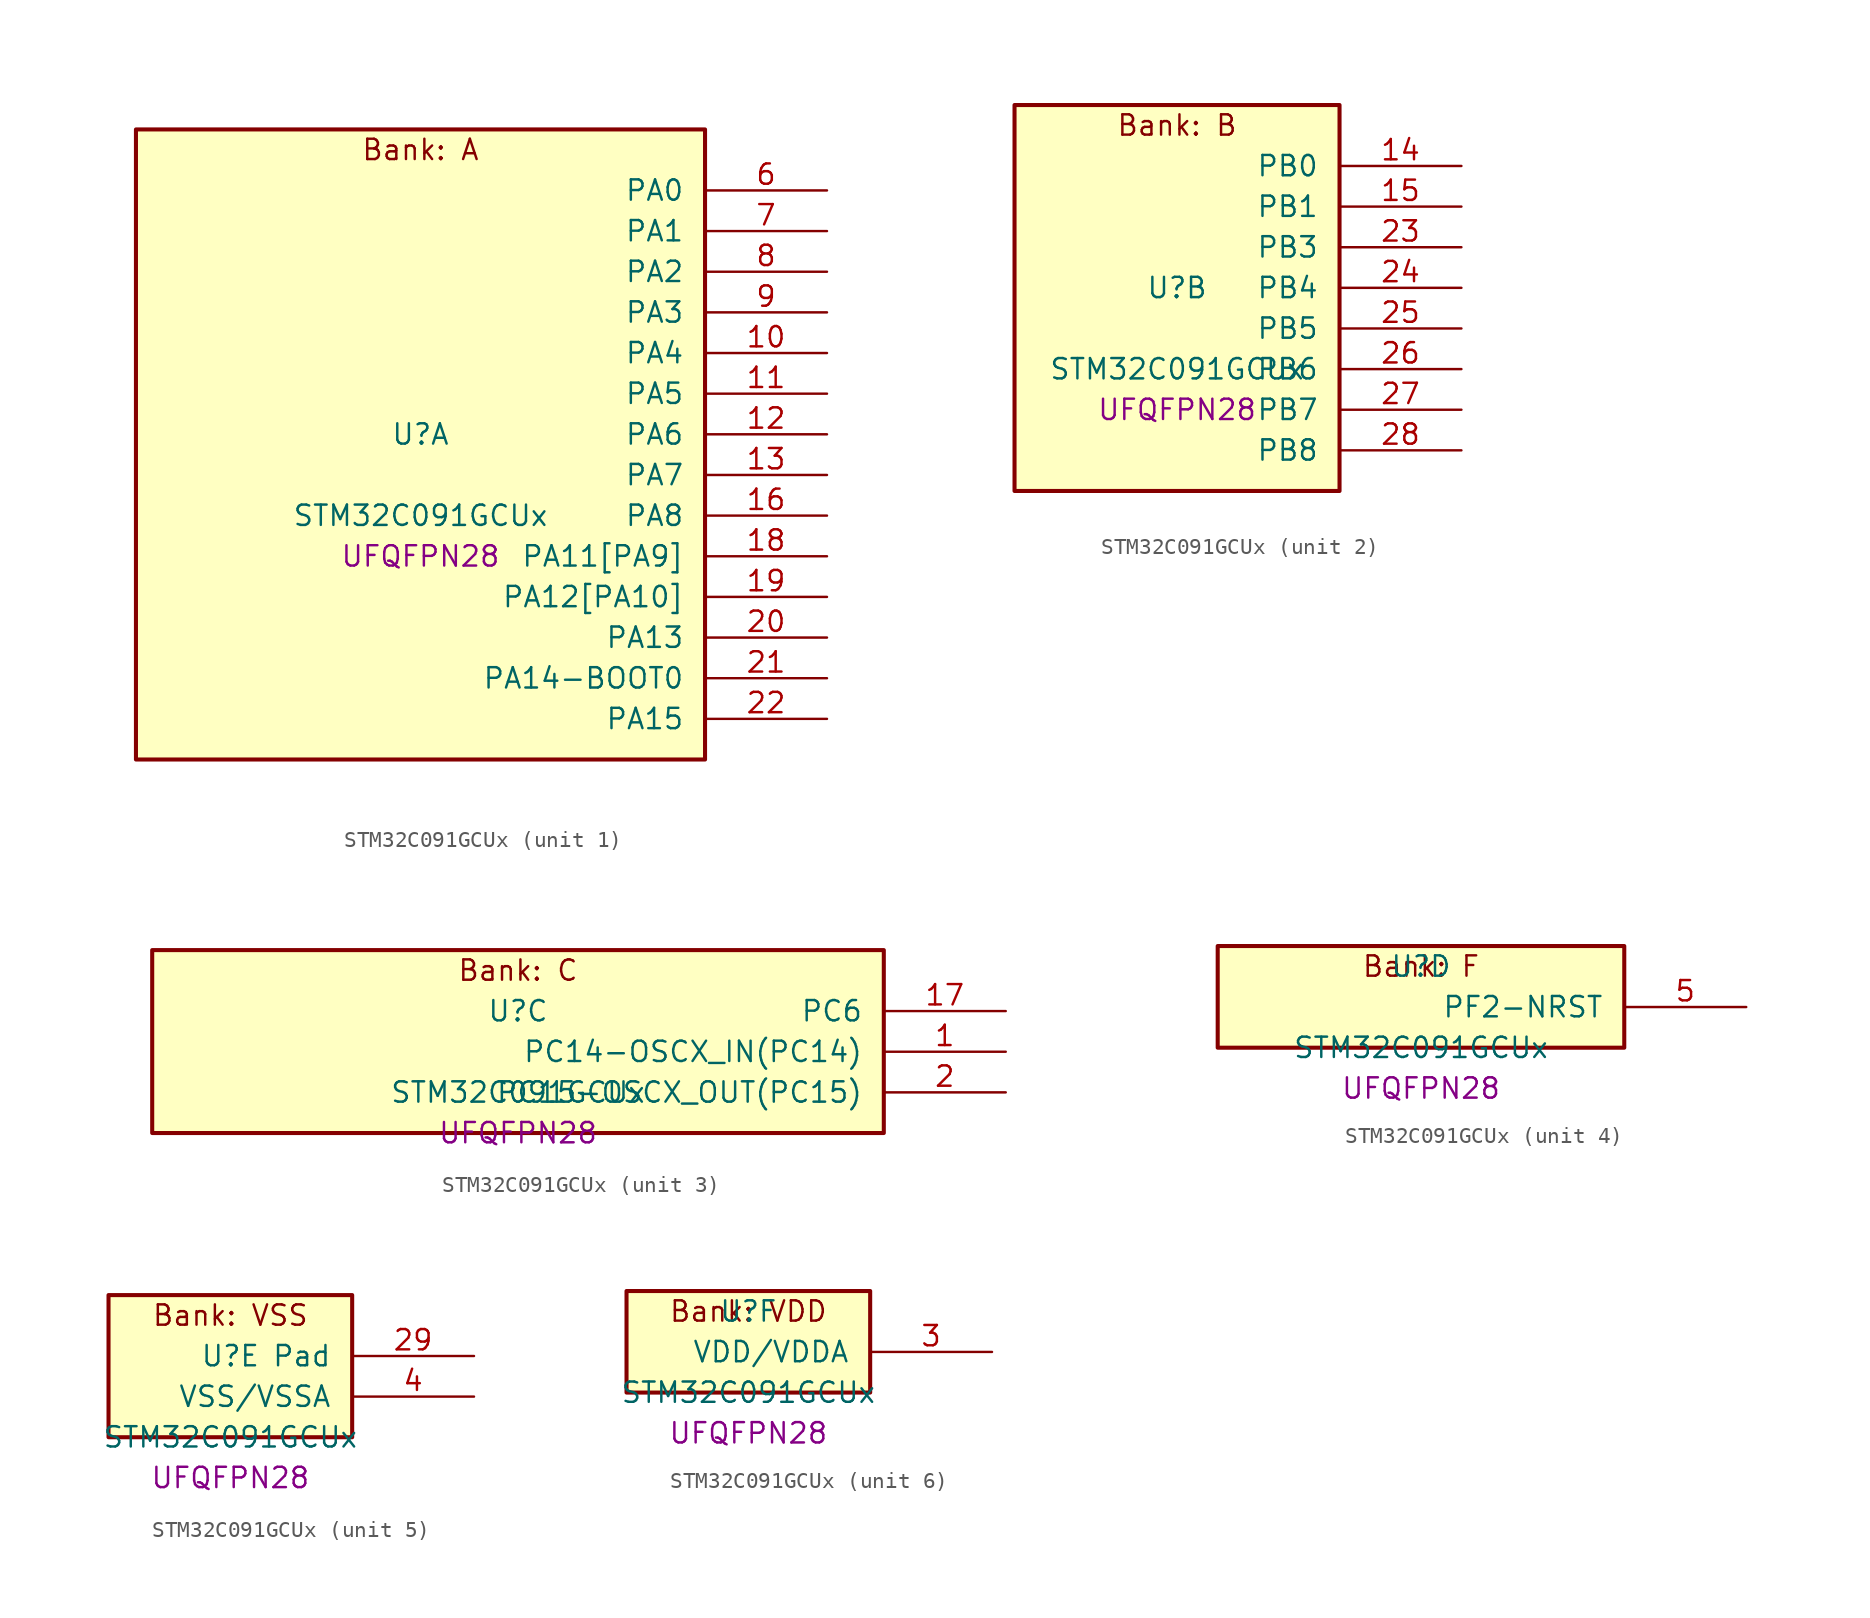
<source format=kicad_sym>
(kicad_symbol_lib
  (version 20241209)
  (generator "stm32_pkl_generator")
  (generator_version "1.0")
  (symbol "STM32C091GCUx"
    (pin_names
      (offset 1.27))
    (property "Reference" "U"
      (at 0 2.54 0))
    (property "Value" "STM32C091GCUx"
      (at 0 -2.54 0))
    (property "Footprint" "UFQFPN28"
      (at 0 -5.08 0))
    (symbol "STM32C091GCUx_1_1"
      (rectangle (start -17.78 21.59) (end 17.78 -17.78) (stroke (width 0.254) (type solid)) (fill (type background)))
      (text "Bank: A" (at 0 20.32 0))
      (pin bidirectional line (at 25.4 17.78 180) (length 7.62) (name "PA0") (number "6") (alternate "PA0/ADC1_IN0" bidirectional line) (alternate "PA0/PWR_WKUP1" bidirectional line) (alternate "PA0/SPI2_SCK" bidirectional line) (alternate "PA0/TIM16_CH1" bidirectional line) (alternate "PA0/TIM1_CH1" bidirectional line) (alternate "PA0/TIM2_CH1" bidirectional line) (alternate "PA0/TIM2_ETR" bidirectional line) (alternate "PA0/USART1_TX" bidirectional line) (alternate "PA0/USART2_CTS" bidirectional line) (alternate "PA0/USART2_NSS" bidirectional line) (alternate "PA0/USART4_TX" bidirectional line))
      (pin bidirectional line (at 25.4 15.24 180) (length 7.62) (name "PA1") (number "7") (alternate "PA1/ADC1_IN1" bidirectional line) (alternate "PA1/I2C1_SMBA" bidirectional line) (alternate "PA1/I2S1_CK" bidirectional line) (alternate "PA1/SPI1_SCK" bidirectional line) (alternate "PA1/TIM15_CH1N" bidirectional line) (alternate "PA1/TIM17_CH1" bidirectional line) (alternate "PA1/TIM1_CH2" bidirectional line) (alternate "PA1/TIM2_CH2" bidirectional line) (alternate "PA1/USART1_RX" bidirectional line) (alternate "PA1/USART2_CK" bidirectional line) (alternate "PA1/USART2_DE" bidirectional line) (alternate "PA1/USART2_RTS" bidirectional line) (alternate "PA1/USART4_RX" bidirectional line))
      (pin bidirectional line (at 25.4 12.7 180) (length 7.62) (name "PA2") (number "8") (alternate "PA2/ADC1_IN2" bidirectional line) (alternate "PA2/I2S1_SD" bidirectional line) (alternate "PA2/PWR_WKUP4" bidirectional line) (alternate "PA2/RCC_LSCO" bidirectional line) (alternate "PA2/SPI1_MOSI" bidirectional line) (alternate "PA2/TIM15_CH1" bidirectional line) (alternate "PA2/TIM16_CH1N" bidirectional line) (alternate "PA2/TIM1_CH3" bidirectional line) (alternate "PA2/TIM2_CH3" bidirectional line) (alternate "PA2/TIM3_ETR" bidirectional line) (alternate "PA2/USART2_TX" bidirectional line))
      (pin bidirectional line (at 25.4 10.16 180) (length 7.62) (name "PA3") (number "9") (alternate "PA3/ADC1_IN3" bidirectional line) (alternate "PA3/SPI2_MISO" bidirectional line) (alternate "PA3/TIM15_CH2" bidirectional line) (alternate "PA3/TIM1_CH1N" bidirectional line) (alternate "PA3/TIM1_CH4" bidirectional line) (alternate "PA3/TIM2_CH4" bidirectional line) (alternate "PA3/USART2_RX" bidirectional line))
      (pin bidirectional line (at 25.4 7.62 180) (length 7.62) (name "PA4") (number "10") (alternate "PA4/ADC1_IN4" bidirectional line) (alternate "PA4/I2S1_WS" bidirectional line) (alternate "PA4/PWR_WKUP2" bidirectional line) (alternate "PA4/RTC_OUT1" bidirectional line) (alternate "PA4/RTC_TS" bidirectional line) (alternate "PA4/SPI1_NSS" bidirectional line) (alternate "PA4/SPI2_MOSI" bidirectional line) (alternate "PA4/TIM14_CH1" bidirectional line) (alternate "PA4/TIM17_CH1N" bidirectional line) (alternate "PA4/TIM1_CH2N" bidirectional line) (alternate "PA4/USART2_TX" bidirectional line))
      (pin bidirectional line (at 25.4 5.08 180) (length 7.62) (name "PA5") (number "11") (alternate "PA5/ADC1_IN5" bidirectional line) (alternate "PA5/I2S1_CK" bidirectional line) (alternate "PA5/SPI1_SCK" bidirectional line) (alternate "PA5/TIM1_CH1" bidirectional line) (alternate "PA5/TIM1_CH3N" bidirectional line) (alternate "PA5/TIM2_CH1" bidirectional line) (alternate "PA5/TIM2_ETR" bidirectional line) (alternate "PA5/USART2_RX" bidirectional line) (alternate "PA5/USART3_TX" bidirectional line))
      (pin bidirectional line (at 25.4 2.54 180) (length 7.62) (name "PA6") (number "12") (alternate "PA6/ADC1_IN6" bidirectional line) (alternate "PA6/I2C2_SDA" bidirectional line) (alternate "PA6/I2S1_MCK" bidirectional line) (alternate "PA6/SPI1_MISO" bidirectional line) (alternate "PA6/TIM16_CH1" bidirectional line) (alternate "PA6/TIM1_BKIN" bidirectional line) (alternate "PA6/TIM3_CH1" bidirectional line) (alternate "PA6/USART3_CTS" bidirectional line) (alternate "PA6/USART3_NSS" bidirectional line))
      (pin bidirectional line (at 25.4 0 180) (length 7.62) (name "PA7") (number "13") (alternate "PA7/ADC1_IN7" bidirectional line) (alternate "PA7/I2C2_SCL" bidirectional line) (alternate "PA7/I2S1_SD" bidirectional line) (alternate "PA7/SPI1_MOSI" bidirectional line) (alternate "PA7/TIM14_CH1" bidirectional line) (alternate "PA7/TIM17_CH1" bidirectional line) (alternate "PA7/TIM1_CH1N" bidirectional line) (alternate "PA7/TIM3_CH2" bidirectional line))
      (pin bidirectional line (at 25.4 -2.54 180) (length 7.62) (name "PA8") (number "16") (alternate "PA8/ADC1_IN8" bidirectional line) (alternate "PA8/I2S1_WS" bidirectional line) (alternate "PA8/RCC_MCO" bidirectional line) (alternate "PA8/RCC_MCO_2" bidirectional line) (alternate "PA8/SPI1_NSS" bidirectional line) (alternate "PA8/SPI2_MISO" bidirectional line) (alternate "PA8/SPI2_NSS" bidirectional line) (alternate "PA8/TIM14_CH1" bidirectional line) (alternate "PA8/TIM1_CH1" bidirectional line) (alternate "PA8/TIM1_CH2N" bidirectional line) (alternate "PA8/TIM1_CH3N" bidirectional line) (alternate "PA8/TIM3_CH3" bidirectional line) (alternate "PA8/TIM3_CH4" bidirectional line) (alternate "PA8/USART1_RX" bidirectional line) (alternate "PA8/USART2_TX" bidirectional line))
      (pin bidirectional line (at 25.4 -5.08 180) (length 7.62) (name "PA11[PA9]") (number "18") (alternate "PA11[PA9]/ADC1_EXTI11" bidirectional line) (alternate "PA11[PA9]/I2C2_SCL" bidirectional line) (alternate "PA11[PA9]/I2S1_MCK" bidirectional line) (alternate "PA11[PA9]/SPI1_MISO" bidirectional line) (alternate "PA11[PA9]/TIM1_BKIN2" bidirectional line) (alternate "PA11[PA9]/TIM1_CH4" bidirectional line) (alternate "PA11[PA9]/USART1_CTS" bidirectional line) (alternate "PA11[PA9]/USART1_NSS" bidirectional line) (alternate "PA11[PA9]/PA9[PA11]" bidirectional line) (alternate "PA11[PA9]/I2C1_SCL" bidirectional line) (alternate "PA11[PA9]/RCC_MCO" bidirectional line) (alternate "PA11[PA9]/SPI2_MISO" bidirectional line) (alternate "PA11[PA9]/TIM15_BKIN" bidirectional line) (alternate "PA11[PA9]/TIM1_CH2" bidirectional line) (alternate "PA11[PA9]/TIM3_ETR" bidirectional line) (alternate "PA11[PA9]/USART1_TX" bidirectional line))
      (pin bidirectional line (at 25.4 -7.62 180) (length 7.62) (name "PA12[PA10]") (number "19") (alternate "PA12[PA10]/I2C2_SDA" bidirectional line) (alternate "PA12[PA10]/I2S1_SD" bidirectional line) (alternate "PA12[PA10]/I2S_CKIN" bidirectional line) (alternate "PA12[PA10]/SPI1_MOSI" bidirectional line) (alternate "PA12[PA10]/TIM1_ETR" bidirectional line) (alternate "PA12[PA10]/USART1_CK" bidirectional line) (alternate "PA12[PA10]/USART1_DE" bidirectional line) (alternate "PA12[PA10]/USART1_RTS" bidirectional line) (alternate "PA12[PA10]/PA10[PA12]" bidirectional line) (alternate "PA12[PA10]/I2C1_SDA" bidirectional line) (alternate "PA12[PA10]/RCC_MCO_2" bidirectional line) (alternate "PA12[PA10]/SPI2_MOSI" bidirectional line) (alternate "PA12[PA10]/TIM17_BKIN" bidirectional line) (alternate "PA12[PA10]/TIM1_CH3" bidirectional line) (alternate "PA12[PA10]/USART1_RX" bidirectional line))
      (pin bidirectional line (at 25.4 -10.16 180) (length 7.62) (name "PA13") (number "20") (alternate "PA13/ADC1_IN13" bidirectional line) (alternate "PA13/DEBUG_SWDIO" bidirectional line) (alternate "PA13/IR_OUT" bidirectional line) (alternate "PA13/TIM3_ETR" bidirectional line) (alternate "PA13/USART2_RX" bidirectional line))
      (pin bidirectional line (at 25.4 -12.7 180) (length 7.62) (name "PA14-BOOT0") (number "21") (alternate "PA14-BOOT0/ADC1_IN14" bidirectional line) (alternate "PA14-BOOT0/BOOT0" bidirectional line) (alternate "PA14-BOOT0/DEBUG_SWCLK" bidirectional line) (alternate "PA14-BOOT0/I2S1_WS" bidirectional line) (alternate "PA14-BOOT0/RCC_MCO_2" bidirectional line) (alternate "PA14-BOOT0/SPI1_NSS" bidirectional line) (alternate "PA14-BOOT0/TIM1_CH1" bidirectional line) (alternate "PA14-BOOT0/USART1_CK" bidirectional line) (alternate "PA14-BOOT0/USART1_DE" bidirectional line) (alternate "PA14-BOOT0/USART1_RTS" bidirectional line) (alternate "PA14-BOOT0/USART2_RX" bidirectional line) (alternate "PA14-BOOT0/USART2_TX" bidirectional line))
      (pin bidirectional line (at 25.4 -15.24 180) (length 7.62) (name "PA15") (number "22") (alternate "PA15/I2S1_WS" bidirectional line) (alternate "PA15/RCC_MCO_2" bidirectional line) (alternate "PA15/SPI1_NSS" bidirectional line) (alternate "PA15/TIM1_CH1" bidirectional line) (alternate "PA15/TIM2_CH1" bidirectional line) (alternate "PA15/TIM2_ETR" bidirectional line) (alternate "PA15/USART1_CK" bidirectional line) (alternate "PA15/USART1_DE" bidirectional line) (alternate "PA15/USART1_RTS" bidirectional line) (alternate "PA15/USART2_RX" bidirectional line) (alternate "PA15/USART3_CK" bidirectional line) (alternate "PA15/USART3_DE" bidirectional line) (alternate "PA15/USART3_RTS" bidirectional line) (alternate "PA15/USART4_CK" bidirectional line) (alternate "PA15/USART4_DE" bidirectional line) (alternate "PA15/USART4_RTS" bidirectional line)))
    (symbol "STM32C091GCUx_2_1"
      (rectangle (start -10.16 13.97) (end 10.16 -10.16) (stroke (width 0.254) (type solid)) (fill (type background)))
      (text "Bank: B" (at 0 12.7 0))
      (pin bidirectional line (at 17.78 10.16 180) (length 7.62) (name "PB0") (number "14") (alternate "PB0/ADC1_IN17" bidirectional line) (alternate "PB0/I2S1_WS" bidirectional line) (alternate "PB0/SPI1_NSS" bidirectional line) (alternate "PB0/TIM1_CH2N" bidirectional line) (alternate "PB0/TIM3_CH3" bidirectional line) (alternate "PB0/USART3_RX" bidirectional line))
      (pin bidirectional line (at 17.78 7.62 180) (length 7.62) (name "PB1") (number "15") (alternate "PB1/ADC1_IN18" bidirectional line) (alternate "PB1/TIM14_CH1" bidirectional line) (alternate "PB1/TIM1_CH2N" bidirectional line) (alternate "PB1/TIM1_CH3N" bidirectional line) (alternate "PB1/TIM3_CH4" bidirectional line) (alternate "PB1/USART3_CK" bidirectional line) (alternate "PB1/USART3_DE" bidirectional line) (alternate "PB1/USART3_RTS" bidirectional line))
      (pin bidirectional line (at 17.78 5.08 180) (length 7.62) (name "PB3") (number "23") (alternate "PB3/I2C2_SCL" bidirectional line) (alternate "PB3/I2S1_CK" bidirectional line) (alternate "PB3/SPI1_SCK" bidirectional line) (alternate "PB3/TIM1_CH2" bidirectional line) (alternate "PB3/TIM2_CH2" bidirectional line) (alternate "PB3/TIM3_CH2" bidirectional line) (alternate "PB3/USART1_CK" bidirectional line) (alternate "PB3/USART1_DE" bidirectional line) (alternate "PB3/USART1_RTS" bidirectional line))
      (pin bidirectional line (at 17.78 2.54 180) (length 7.62) (name "PB4") (number "24") (alternate "PB4/I2C2_SDA" bidirectional line) (alternate "PB4/I2S1_MCK" bidirectional line) (alternate "PB4/SPI1_MISO" bidirectional line) (alternate "PB4/TIM17_BKIN" bidirectional line) (alternate "PB4/TIM3_CH1" bidirectional line) (alternate "PB4/USART1_CTS" bidirectional line) (alternate "PB4/USART1_NSS" bidirectional line))
      (pin bidirectional line (at 17.78 0 180) (length 7.62) (name "PB5") (number "25") (alternate "PB5/I2C1_SMBA" bidirectional line) (alternate "PB5/I2S1_SD" bidirectional line) (alternate "PB5/PWR_WKUP6" bidirectional line) (alternate "PB5/SPI1_MOSI" bidirectional line) (alternate "PB5/TIM16_BKIN" bidirectional line) (alternate "PB5/TIM3_CH2" bidirectional line) (alternate "PB5/TIM3_CH3" bidirectional line))
      (pin bidirectional line (at 17.78 -2.54 180) (length 7.62) (name "PB6") (number "26") (alternate "PB6/I2C1_SCL" bidirectional line) (alternate "PB6/I2C1_SMBA" bidirectional line) (alternate "PB6/I2S1_CK" bidirectional line) (alternate "PB6/I2S1_MCK" bidirectional line) (alternate "PB6/I2S1_SD" bidirectional line) (alternate "PB6/PWR_WKUP3" bidirectional line) (alternate "PB6/SPI1_MISO" bidirectional line) (alternate "PB6/SPI1_MOSI" bidirectional line) (alternate "PB6/SPI1_SCK" bidirectional line) (alternate "PB6/SPI2_MISO" bidirectional line) (alternate "PB6/TIM16_BKIN" bidirectional line) (alternate "PB6/TIM16_CH1N" bidirectional line) (alternate "PB6/TIM1_CH2" bidirectional line) (alternate "PB6/TIM1_CH3" bidirectional line) (alternate "PB6/TIM3_CH1" bidirectional line) (alternate "PB6/TIM3_CH2" bidirectional line) (alternate "PB6/TIM3_CH3" bidirectional line) (alternate "PB6/USART1_CTS" bidirectional line) (alternate "PB6/USART1_NSS" bidirectional line) (alternate "PB6/USART1_TX" bidirectional line))
      (pin bidirectional line (at 17.78 -5.08 180) (length 7.62) (name "PB7") (number "27") (alternate "PB7/I2C1_SCL" bidirectional line) (alternate "PB7/I2C1_SDA" bidirectional line) (alternate "PB7/RTC_REFIN" bidirectional line) (alternate "PB7/SPI2_MOSI" bidirectional line) (alternate "PB7/TIM16_CH1" bidirectional line) (alternate "PB7/TIM17_CH1N" bidirectional line) (alternate "PB7/TIM1_CH4" bidirectional line) (alternate "PB7/TIM3_CH1" bidirectional line) (alternate "PB7/TIM3_CH4" bidirectional line) (alternate "PB7/USART1_RX" bidirectional line) (alternate "PB7/USART2_CTS" bidirectional line) (alternate "PB7/USART2_NSS" bidirectional line) (alternate "PB7/USART4_CTS" bidirectional line) (alternate "PB7/USART4_NSS" bidirectional line))
      (pin bidirectional line (at 17.78 -7.62 180) (length 7.62) (name "PB8") (number "28") (alternate "PB8/I2C1_SCL" bidirectional line) (alternate "PB8/SPI2_SCK" bidirectional line) (alternate "PB8/TIM15_BKIN" bidirectional line) (alternate "PB8/TIM16_CH1" bidirectional line) (alternate "PB8/TIM3_CH1" bidirectional line) (alternate "PB8/USART2_CTS" bidirectional line) (alternate "PB8/USART2_NSS" bidirectional line) (alternate "PB8/USART3_TX" bidirectional line)))
    (symbol "STM32C091GCUx_3_1"
      (rectangle (start -22.86 6.35) (end 22.86 -5.08) (stroke (width 0.254) (type solid)) (fill (type background)))
      (text "Bank: C" (at 0 5.08 0))
      (pin bidirectional line (at 30.48 2.54 180) (length 7.62) (name "PC6") (number "17") (alternate "PC6/TIM2_CH3" bidirectional line) (alternate "PC6/TIM3_CH1" bidirectional line))
      (pin bidirectional line (at 30.48 0 180) (length 7.62) (name "PC14-OSCX_IN(PC14)") (number "1") (alternate "PC14-OSCX_IN(PC14)/I2C1_SDA" bidirectional line) (alternate "PC14-OSCX_IN(PC14)/IR_OUT" bidirectional line) (alternate "PC14-OSCX_IN(PC14)/RCC_OSCX_IN" bidirectional line) (alternate "PC14-OSCX_IN(PC14)/SPI2_NSS" bidirectional line) (alternate "PC14-OSCX_IN(PC14)/TIM17_CH1" bidirectional line) (alternate "PC14-OSCX_IN(PC14)/TIM1_BKIN2" bidirectional line) (alternate "PC14-OSCX_IN(PC14)/TIM1_ETR" bidirectional line) (alternate "PC14-OSCX_IN(PC14)/TIM3_CH2" bidirectional line) (alternate "PC14-OSCX_IN(PC14)/USART1_TX" bidirectional line) (alternate "PC14-OSCX_IN(PC14)/USART2_CK" bidirectional line) (alternate "PC14-OSCX_IN(PC14)/USART2_DE" bidirectional line) (alternate "PC14-OSCX_IN(PC14)/USART2_RTS" bidirectional line) (alternate "PC14-OSCX_IN(PC14)/USART3_TX" bidirectional line))
      (pin bidirectional line (at 30.48 -2.54 180) (length 7.62) (name "PC15-OSCX_OUT(PC15)") (number "2") (alternate "PC15-OSCX_OUT(PC15)/RCC_OSC32_EN" bidirectional line) (alternate "PC15-OSCX_OUT(PC15)/RCC_OSCX_OUT" bidirectional line) (alternate "PC15-OSCX_OUT(PC15)/RCC_OSC_EN" bidirectional line) (alternate "PC15-OSCX_OUT(PC15)/TIM15_BKIN" bidirectional line) (alternate "PC15-OSCX_OUT(PC15)/TIM1_ETR" bidirectional line) (alternate "PC15-OSCX_OUT(PC15)/TIM3_CH3" bidirectional line)))
    (symbol "STM32C091GCUx_4_1"
      (rectangle (start -12.7 3.81) (end 12.7 -2.54) (stroke (width 0.254) (type solid)) (fill (type background)))
      (text "Bank: F" (at 0 2.54 0))
      (pin bidirectional line (at 20.32 0 180) (length 7.62) (name "PF2-NRST") (number "5") (alternate "PF2-NRST/RCC_MCO" bidirectional line) (alternate "PF2-NRST/TIM1_CH4" bidirectional line)))
    (symbol "STM32C091GCUx_5_1"
      (rectangle (start -7.62 6.35) (end 7.62 -2.54) (stroke (width 0.254) (type solid)) (fill (type background)))
      (text "Bank: VSS" (at 0 5.08 0))
      (pin passive line (at 15.24 2.54 180) (length 7.62) (name "Pad") (number "29"))
      (pin power_in line (at 15.24 0 180) (length 7.62) (name "VSS/VSSA") (number "4")))
    (symbol "STM32C091GCUx_6_1"
      (rectangle (start -7.62 3.81) (end 7.62 -2.54) (stroke (width 0.254) (type solid)) (fill (type background)))
      (text "Bank: VDD" (at 0 2.54 0))
      (pin power_in line (at 15.24 0 180) (length 7.62) (name "VDD/VDDA") (number "3")))))
</source>
